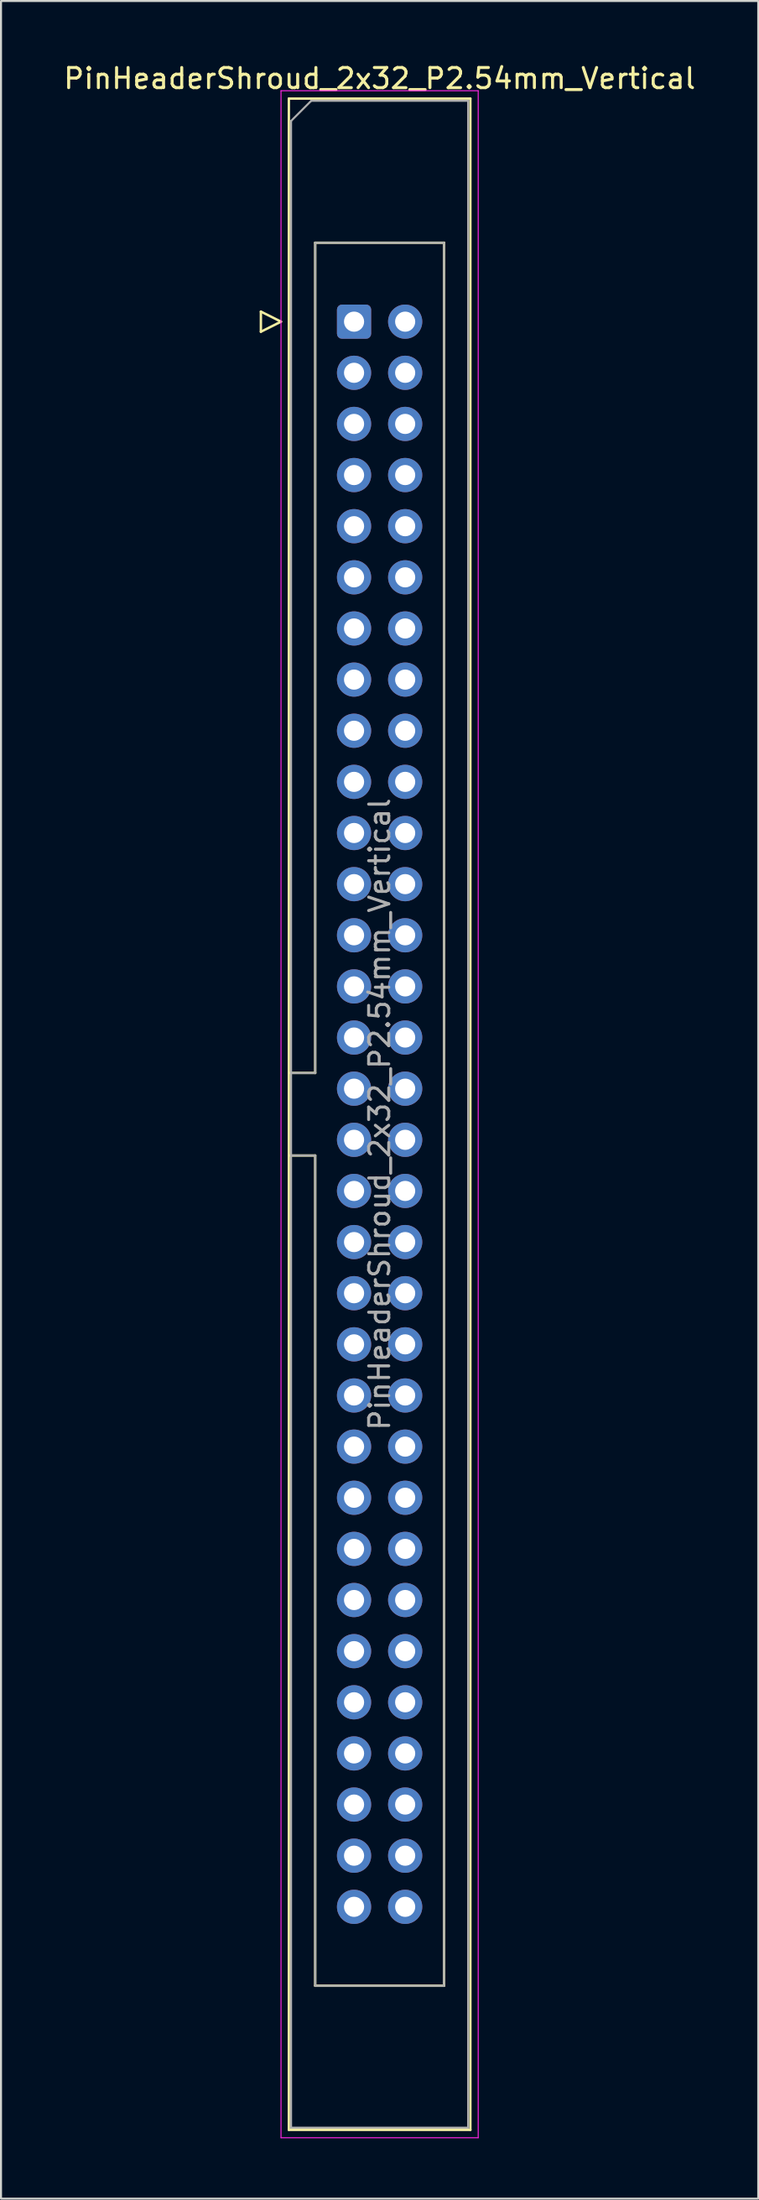
<source format=kicad_pcb>
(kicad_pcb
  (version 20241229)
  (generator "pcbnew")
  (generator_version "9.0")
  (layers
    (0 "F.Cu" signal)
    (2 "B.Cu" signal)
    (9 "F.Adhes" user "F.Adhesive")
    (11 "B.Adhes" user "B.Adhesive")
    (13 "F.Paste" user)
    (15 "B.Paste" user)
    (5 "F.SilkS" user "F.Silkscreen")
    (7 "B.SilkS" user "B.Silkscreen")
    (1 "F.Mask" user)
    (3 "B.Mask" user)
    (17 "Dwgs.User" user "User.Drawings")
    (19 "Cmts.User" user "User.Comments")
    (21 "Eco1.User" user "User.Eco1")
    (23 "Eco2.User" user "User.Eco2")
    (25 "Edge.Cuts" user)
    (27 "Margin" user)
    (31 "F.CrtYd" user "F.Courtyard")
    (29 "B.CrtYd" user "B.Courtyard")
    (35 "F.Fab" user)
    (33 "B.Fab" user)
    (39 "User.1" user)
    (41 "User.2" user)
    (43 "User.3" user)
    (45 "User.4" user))
  (footprint "PinHeaderShroud_2x32_P2.54mm_Vertical"
    (layer "F.Cu")
    (at 14.545 12.928)
    (property "Reference" "PinHeaderShroud_2x32_P2.54mm_Vertical" (at 1.27 -12.08 0) (layer "F.SilkS") (effects (font (size 1 1) (thickness 0.15))))
    (attr through_hole)
    (fp_line (start -4.63 -0.5) (end -4.63 0.5) (stroke (width 0.12) (type solid)) (layer "F.SilkS"))
    (fp_line (start -4.63 0.5) (end -3.63 0) (stroke (width 0.12) (type solid)) (layer "F.SilkS"))
    (fp_line (start -3.63 0) (end -4.63 -0.5) (stroke (width 0.12) (type solid)) (layer "F.SilkS"))
    (fp_line (start -3.24 -11.08) (end 5.78 -11.08) (stroke (width 0.12) (type solid)) (layer "F.SilkS"))
    (fp_line (start -3.24 37.32) (end -1.93 37.32) (stroke (width 0.12) (type solid)) (layer "F.SilkS"))
    (fp_line (start -3.24 41.42) (end -1.93 41.42) (stroke (width 0.12) (type solid)) (layer "F.SilkS"))
    (fp_line (start -3.24 89.82) (end -3.24 -11.08) (stroke (width 0.12) (type solid)) (layer "F.SilkS"))
    (fp_line (start -1.93 -3.92) (end 4.47 -3.92) (stroke (width 0.12) (type solid)) (layer "F.SilkS"))
    (fp_line (start -1.93 37.32) (end -1.93 -3.92) (stroke (width 0.12) (type solid)) (layer "F.SilkS"))
    (fp_line (start -1.93 82.66) (end -1.93 41.42) (stroke (width 0.12) (type solid)) (layer "F.SilkS"))
    (fp_line (start 4.47 -3.92) (end 4.47 82.66) (stroke (width 0.12) (type solid)) (layer "F.SilkS"))
    (fp_line (start 4.47 82.66) (end -1.93 82.66) (stroke (width 0.12) (type solid)) (layer "F.SilkS"))
    (fp_line (start 5.78 -11.08) (end 5.78 89.82) (stroke (width 0.12) (type solid)) (layer "F.SilkS"))
    (fp_line (start 5.78 89.82) (end -3.24 89.82) (stroke (width 0.12) (type solid)) (layer "F.SilkS"))
    (fp_line (start -3.63 -11.47) (end -3.63 90.21) (stroke (width 0.05) (type solid)) (layer "F.CrtYd"))
    (fp_line (start -3.63 90.21) (end 6.17 90.21) (stroke (width 0.05) (type solid)) (layer "F.CrtYd"))
    (fp_line (start 6.17 -11.47) (end -3.63 -11.47) (stroke (width 0.05) (type solid)) (layer "F.CrtYd"))
    (fp_line (start 6.17 90.21) (end 6.17 -11.47) (stroke (width 0.05) (type solid)) (layer "F.CrtYd"))
    (fp_line (start -3.13 -9.97) (end -2.13 -10.97) (stroke (width 0.1) (type solid)) (layer "F.Fab"))
    (fp_line (start -3.13 37.32) (end -1.93 37.32) (stroke (width 0.1) (type solid)) (layer "F.Fab"))
    (fp_line (start -3.13 41.42) (end -1.93 41.42) (stroke (width 0.1) (type solid)) (layer "F.Fab"))
    (fp_line (start -3.13 89.71) (end -3.13 -9.97) (stroke (width 0.1) (type solid)) (layer "F.Fab"))
    (fp_line (start -2.13 -10.97) (end 5.67 -10.97) (stroke (width 0.1) (type solid)) (layer "F.Fab"))
    (fp_line (start -1.93 -3.92) (end 4.47 -3.92) (stroke (width 0.1) (type solid)) (layer "F.Fab"))
    (fp_line (start -1.93 37.32) (end -1.93 -3.92) (stroke (width 0.1) (type solid)) (layer "F.Fab"))
    (fp_line (start -1.93 82.66) (end -1.93 41.42) (stroke (width 0.1) (type solid)) (layer "F.Fab"))
    (fp_line (start 4.47 -3.92) (end 4.47 82.66) (stroke (width 0.1) (type solid)) (layer "F.Fab"))
    (fp_line (start 4.47 82.66) (end -1.93 82.66) (stroke (width 0.1) (type solid)) (layer "F.Fab"))
    (fp_line (start 5.67 -10.97) (end 5.67 89.71) (stroke (width 0.1) (type solid)) (layer "F.Fab"))
    (fp_line (start 5.67 89.71) (end -3.13 89.71) (stroke (width 0.1) (type solid)) (layer "F.Fab"))
    (fp_text user "${REFERENCE}" (at 1.27 39.37 90) (layer "F.Fab") (effects (font (size 1 1) (thickness 0.15))))
    (pad "1" thru_hole roundrect (at 0 0) (size 1.7 1.7) (drill 1) (layers "*.Cu" "*.Mask") (roundrect_rratio 0.147))
    (pad "2" thru_hole circle (at 2.54 0) (size 1.7 1.7) (drill 1) (layers "*.Cu" "*.Mask"))
    (pad "3" thru_hole circle (at 0 2.54) (size 1.7 1.7) (drill 1) (layers "*.Cu" "*.Mask"))
    (pad "4" thru_hole circle (at 2.54 2.54) (size 1.7 1.7) (drill 1) (layers "*.Cu" "*.Mask"))
    (pad "5" thru_hole circle (at 0 5.08) (size 1.7 1.7) (drill 1) (layers "*.Cu" "*.Mask"))
    (pad "6" thru_hole circle (at 2.54 5.08) (size 1.7 1.7) (drill 1) (layers "*.Cu" "*.Mask"))
    (pad "7" thru_hole circle (at 0 7.62) (size 1.7 1.7) (drill 1) (layers "*.Cu" "*.Mask"))
    (pad "8" thru_hole circle (at 2.54 7.62) (size 1.7 1.7) (drill 1) (layers "*.Cu" "*.Mask"))
    (pad "9" thru_hole circle (at 0 10.16) (size 1.7 1.7) (drill 1) (layers "*.Cu" "*.Mask"))
    (pad "10" thru_hole circle (at 2.54 10.16) (size 1.7 1.7) (drill 1) (layers "*.Cu" "*.Mask"))
    (pad "11" thru_hole circle (at 0 12.7) (size 1.7 1.7) (drill 1) (layers "*.Cu" "*.Mask"))
    (pad "12" thru_hole circle (at 2.54 12.7) (size 1.7 1.7) (drill 1) (layers "*.Cu" "*.Mask"))
    (pad "13" thru_hole circle (at 0 15.24) (size 1.7 1.7) (drill 1) (layers "*.Cu" "*.Mask"))
    (pad "14" thru_hole circle (at 2.54 15.24) (size 1.7 1.7) (drill 1) (layers "*.Cu" "*.Mask"))
    (pad "15" thru_hole circle (at 0 17.78) (size 1.7 1.7) (drill 1) (layers "*.Cu" "*.Mask"))
    (pad "16" thru_hole circle (at 2.54 17.78) (size 1.7 1.7) (drill 1) (layers "*.Cu" "*.Mask"))
    (pad "17" thru_hole circle (at 0 20.32) (size 1.7 1.7) (drill 1) (layers "*.Cu" "*.Mask"))
    (pad "18" thru_hole circle (at 2.54 20.32) (size 1.7 1.7) (drill 1) (layers "*.Cu" "*.Mask"))
    (pad "19" thru_hole circle (at 0 22.86) (size 1.7 1.7) (drill 1) (layers "*.Cu" "*.Mask"))
    (pad "20" thru_hole circle (at 2.54 22.86) (size 1.7 1.7) (drill 1) (layers "*.Cu" "*.Mask"))
    (pad "21" thru_hole circle (at 0 25.4) (size 1.7 1.7) (drill 1) (layers "*.Cu" "*.Mask"))
    (pad "22" thru_hole circle (at 2.54 25.4) (size 1.7 1.7) (drill 1) (layers "*.Cu" "*.Mask"))
    (pad "23" thru_hole circle (at 0 27.94) (size 1.7 1.7) (drill 1) (layers "*.Cu" "*.Mask"))
    (pad "24" thru_hole circle (at 2.54 27.94) (size 1.7 1.7) (drill 1) (layers "*.Cu" "*.Mask"))
    (pad "25" thru_hole circle (at 0 30.48) (size 1.7 1.7) (drill 1) (layers "*.Cu" "*.Mask"))
    (pad "26" thru_hole circle (at 2.54 30.48) (size 1.7 1.7) (drill 1) (layers "*.Cu" "*.Mask"))
    (pad "27" thru_hole circle (at 0 33.02) (size 1.7 1.7) (drill 1) (layers "*.Cu" "*.Mask"))
    (pad "28" thru_hole circle (at 2.54 33.02) (size 1.7 1.7) (drill 1) (layers "*.Cu" "*.Mask"))
    (pad "29" thru_hole circle (at 0 35.56) (size 1.7 1.7) (drill 1) (layers "*.Cu" "*.Mask"))
    (pad "30" thru_hole circle (at 2.54 35.56) (size 1.7 1.7) (drill 1) (layers "*.Cu" "*.Mask"))
    (pad "31" thru_hole circle (at 0 38.1) (size 1.7 1.7) (drill 1) (layers "*.Cu" "*.Mask"))
    (pad "32" thru_hole circle (at 2.54 38.1) (size 1.7 1.7) (drill 1) (layers "*.Cu" "*.Mask"))
    (pad "33" thru_hole circle (at 0 40.64) (size 1.7 1.7) (drill 1) (layers "*.Cu" "*.Mask"))
    (pad "34" thru_hole circle (at 2.54 40.64) (size 1.7 1.7) (drill 1) (layers "*.Cu" "*.Mask"))
    (pad "35" thru_hole circle (at 0 43.18) (size 1.7 1.7) (drill 1) (layers "*.Cu" "*.Mask"))
    (pad "36" thru_hole circle (at 2.54 43.18) (size 1.7 1.7) (drill 1) (layers "*.Cu" "*.Mask"))
    (pad "37" thru_hole circle (at 0 45.72) (size 1.7 1.7) (drill 1) (layers "*.Cu" "*.Mask"))
    (pad "38" thru_hole circle (at 2.54 45.72) (size 1.7 1.7) (drill 1) (layers "*.Cu" "*.Mask"))
    (pad "39" thru_hole circle (at 0 48.26) (size 1.7 1.7) (drill 1) (layers "*.Cu" "*.Mask"))
    (pad "40" thru_hole circle (at 2.54 48.26) (size 1.7 1.7) (drill 1) (layers "*.Cu" "*.Mask"))
    (pad "41" thru_hole circle (at 0 50.8) (size 1.7 1.7) (drill 1) (layers "*.Cu" "*.Mask"))
    (pad "42" thru_hole circle (at 2.54 50.8) (size 1.7 1.7) (drill 1) (layers "*.Cu" "*.Mask"))
    (pad "43" thru_hole circle (at 0 53.34) (size 1.7 1.7) (drill 1) (layers "*.Cu" "*.Mask"))
    (pad "44" thru_hole circle (at 2.54 53.34) (size 1.7 1.7) (drill 1) (layers "*.Cu" "*.Mask"))
    (pad "45" thru_hole circle (at 0 55.88) (size 1.7 1.7) (drill 1) (layers "*.Cu" "*.Mask"))
    (pad "46" thru_hole circle (at 2.54 55.88) (size 1.7 1.7) (drill 1) (layers "*.Cu" "*.Mask"))
    (pad "47" thru_hole circle (at 0 58.42) (size 1.7 1.7) (drill 1) (layers "*.Cu" "*.Mask"))
    (pad "48" thru_hole circle (at 2.54 58.42) (size 1.7 1.7) (drill 1) (layers "*.Cu" "*.Mask"))
    (pad "49" thru_hole circle (at 0 60.96) (size 1.7 1.7) (drill 1) (layers "*.Cu" "*.Mask"))
    (pad "50" thru_hole circle (at 2.54 60.96) (size 1.7 1.7) (drill 1) (layers "*.Cu" "*.Mask"))
    (pad "51" thru_hole circle (at 0 63.5) (size 1.7 1.7) (drill 1) (layers "*.Cu" "*.Mask"))
    (pad "52" thru_hole circle (at 2.54 63.5) (size 1.7 1.7) (drill 1) (layers "*.Cu" "*.Mask"))
    (pad "53" thru_hole circle (at 0 66.04) (size 1.7 1.7) (drill 1) (layers "*.Cu" "*.Mask"))
    (pad "54" thru_hole circle (at 2.54 66.04) (size 1.7 1.7) (drill 1) (layers "*.Cu" "*.Mask"))
    (pad "55" thru_hole circle (at 0 68.58) (size 1.7 1.7) (drill 1) (layers "*.Cu" "*.Mask"))
    (pad "56" thru_hole circle (at 2.54 68.58) (size 1.7 1.7) (drill 1) (layers "*.Cu" "*.Mask"))
    (pad "57" thru_hole circle (at 0 71.12) (size 1.7 1.7) (drill 1) (layers "*.Cu" "*.Mask"))
    (pad "58" thru_hole circle (at 2.54 71.12) (size 1.7 1.7) (drill 1) (layers "*.Cu" "*.Mask"))
    (pad "59" thru_hole circle (at 0 73.66) (size 1.7 1.7) (drill 1) (layers "*.Cu" "*.Mask"))
    (pad "60" thru_hole circle (at 2.54 73.66) (size 1.7 1.7) (drill 1) (layers "*.Cu" "*.Mask"))
    (pad "61" thru_hole circle (at 0 76.2) (size 1.7 1.7) (drill 1) (layers "*.Cu" "*.Mask"))
    (pad "62" thru_hole circle (at 2.54 76.2) (size 1.7 1.7) (drill 1) (layers "*.Cu" "*.Mask"))
    (pad "63" thru_hole circle (at 0 78.74) (size 1.7 1.7) (drill 1) (layers "*.Cu" "*.Mask"))
    (pad "64" thru_hole circle (at 2.54 78.74) (size 1.7 1.7) (drill 1) (layers "*.Cu" "*.Mask")))
  (gr_rect
    (start -3 -3)
    (end 34.631 106.163)
    (stroke (width 0.1) (type default))
    (fill no)
    (layer "Edge.Cuts")))
</source>
